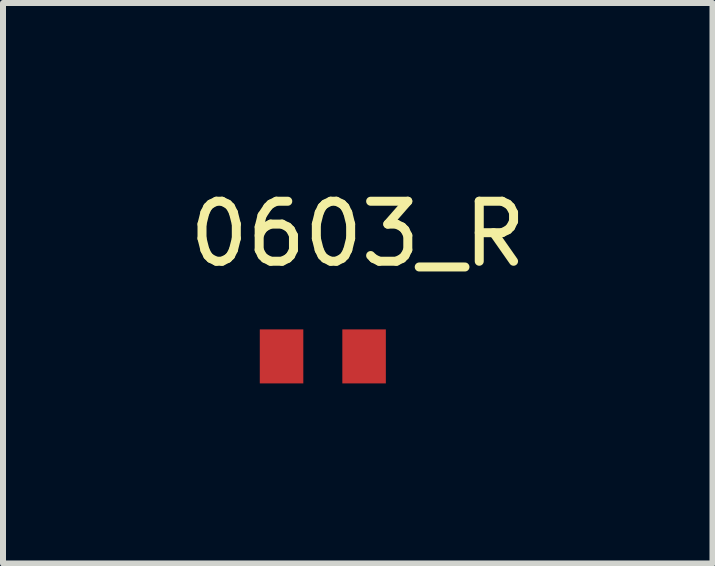
<source format=kicad_pcb>
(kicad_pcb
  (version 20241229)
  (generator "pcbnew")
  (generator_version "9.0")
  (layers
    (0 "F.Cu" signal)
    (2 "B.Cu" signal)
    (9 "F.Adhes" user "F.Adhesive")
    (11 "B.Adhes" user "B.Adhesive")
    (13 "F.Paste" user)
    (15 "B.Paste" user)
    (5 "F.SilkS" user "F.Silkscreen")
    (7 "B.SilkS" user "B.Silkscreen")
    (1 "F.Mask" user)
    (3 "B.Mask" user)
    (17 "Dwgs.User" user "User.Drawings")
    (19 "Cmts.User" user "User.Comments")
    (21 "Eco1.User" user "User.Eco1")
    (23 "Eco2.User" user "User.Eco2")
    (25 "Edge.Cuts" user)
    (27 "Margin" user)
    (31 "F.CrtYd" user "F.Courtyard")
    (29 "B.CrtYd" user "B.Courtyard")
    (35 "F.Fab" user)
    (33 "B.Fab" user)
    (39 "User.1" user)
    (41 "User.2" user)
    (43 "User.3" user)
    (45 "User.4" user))
  (footprint "0603_R"
    (layer "F.Cu")
    (at 2.911 0.348)
    (property "Reference" "0603_R" (at 0 0.5 0) (layer "F.SilkS") (effects (font (size 1 1) (thickness 0.15))))
    (attr through_hole)
    (pad "1" smd rect (at -1.27 2.54) (size 0.725 0.9) (layers "F.Cu" "F.Mask" "F.Paste"))
    (pad "2" smd rect (at 0.105 2.54) (size 0.725 0.9) (layers "F.Cu" "F.Mask" "F.Paste")))
  (gr_rect
    (start -3 -3)
    (end 8.821 6.338)
    (stroke (width 0.1) (type default))
    (fill no)
    (layer "Edge.Cuts")))
</source>
